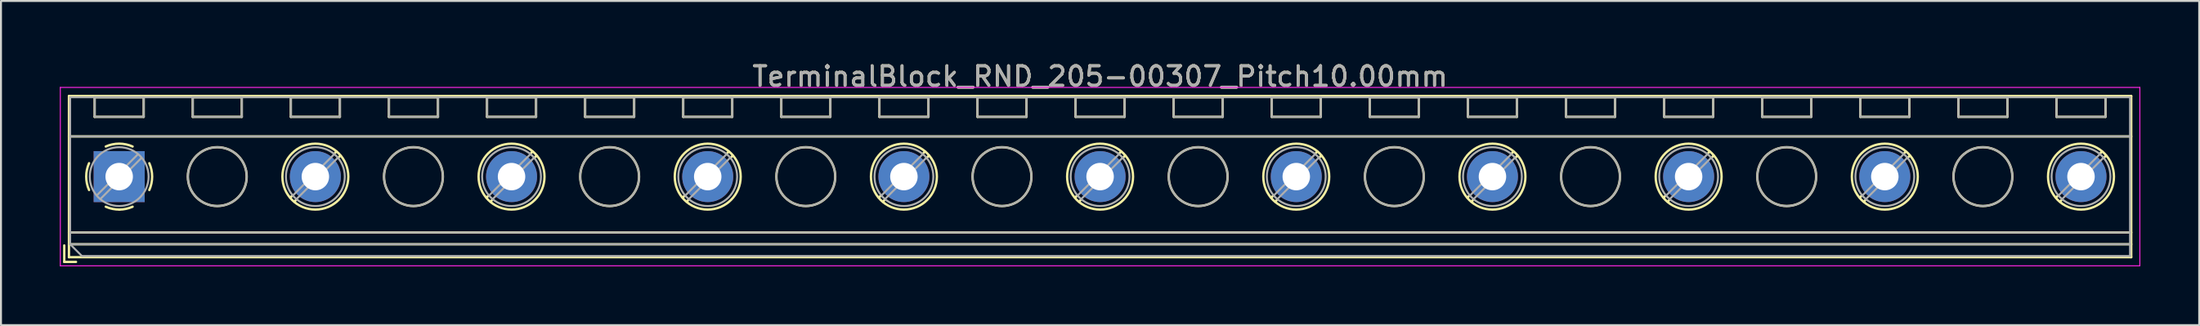
<source format=kicad_pcb>
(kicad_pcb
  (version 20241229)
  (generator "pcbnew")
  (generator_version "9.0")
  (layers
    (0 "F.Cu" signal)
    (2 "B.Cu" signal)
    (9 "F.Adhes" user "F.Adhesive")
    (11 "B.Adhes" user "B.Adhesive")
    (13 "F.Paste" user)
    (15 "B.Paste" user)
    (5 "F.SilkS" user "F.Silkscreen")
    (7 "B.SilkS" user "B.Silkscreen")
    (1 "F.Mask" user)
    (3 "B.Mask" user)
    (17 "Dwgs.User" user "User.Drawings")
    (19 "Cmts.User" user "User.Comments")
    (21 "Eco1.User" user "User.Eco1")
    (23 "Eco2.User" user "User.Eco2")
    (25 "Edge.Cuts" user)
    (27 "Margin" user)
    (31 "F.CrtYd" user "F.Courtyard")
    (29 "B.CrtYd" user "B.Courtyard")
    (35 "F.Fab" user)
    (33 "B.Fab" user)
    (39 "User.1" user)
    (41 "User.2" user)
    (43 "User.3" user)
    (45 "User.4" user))
  (footprint "TerminalBlock_RND_205-00307_Pitch10.00mm"
    (layer "F.Cu")
    (at 3.025 5.958)
    (property "Reference" "TerminalBlock_RND_205-00307_Pitch10.00mm" (at 50 -5.11 0) (layer "F.SilkS") (effects (font (size 1 1) (thickness 0.15))))
    (attr through_hole)
    (fp_line (start -2.8 3.51) (end -2.8 4.35) (stroke (width 0.12) (type solid)) (layer "F.SilkS"))
    (fp_line (start -2.8 4.35) (end -2.2 4.35) (stroke (width 0.12) (type solid)) (layer "F.SilkS"))
    (fp_line (start -2.56 -4.11) (end -2.56 4.11) (stroke (width 0.12) (type solid)) (layer "F.SilkS"))
    (fp_line (start -2.56 -2.05) (end 102.56 -2.05) (stroke (width 0.12) (type solid)) (layer "F.SilkS"))
    (fp_line (start -2.56 2.85) (end 102.56 2.85) (stroke (width 0.12) (type solid)) (layer "F.SilkS"))
    (fp_line (start -2.56 3.45) (end 102.56 3.45) (stroke (width 0.12) (type solid)) (layer "F.SilkS"))
    (fp_line (start -2.56 4.11) (end 102.56 4.11) (stroke (width 0.12) (type solid)) (layer "F.SilkS"))
    (fp_line (start -1.25 -4.05) (end -1.25 -3.05) (stroke (width 0.12) (type solid)) (layer "F.SilkS"))
    (fp_line (start -1.25 -4.05) (end 1.25 -4.05) (stroke (width 0.12) (type solid)) (layer "F.SilkS"))
    (fp_line (start -1.25 -3.05) (end 1.25 -3.05) (stroke (width 0.12) (type solid)) (layer "F.SilkS"))
    (fp_line (start 1.25 -4.05) (end 1.25 -3.05) (stroke (width 0.12) (type solid)) (layer "F.SilkS"))
    (fp_line (start 3.75 -4.05) (end 3.75 -3.05) (stroke (width 0.12) (type solid)) (layer "F.SilkS"))
    (fp_line (start 3.75 -4.05) (end 6.25 -4.05) (stroke (width 0.12) (type solid)) (layer "F.SilkS"))
    (fp_line (start 3.75 -3.05) (end 6.25 -3.05) (stroke (width 0.12) (type solid)) (layer "F.SilkS"))
    (fp_line (start 6.25 -4.05) (end 6.25 -3.05) (stroke (width 0.12) (type solid)) (layer "F.SilkS"))
    (fp_line (start 8.75 -4.05) (end 8.75 -3.05) (stroke (width 0.12) (type solid)) (layer "F.SilkS"))
    (fp_line (start 8.75 -4.05) (end 11.25 -4.05) (stroke (width 0.12) (type solid)) (layer "F.SilkS"))
    (fp_line (start 8.75 -3.05) (end 11.25 -3.05) (stroke (width 0.12) (type solid)) (layer "F.SilkS"))
    (fp_line (start 8.82 0.976) (end 8.726 1.069) (stroke (width 0.12) (type solid)) (layer "F.SilkS"))
    (fp_line (start 9.002 1.204) (end 8.931 1.274) (stroke (width 0.12) (type solid)) (layer "F.SilkS"))
    (fp_line (start 11.07 -1.275) (end 10.999 -1.204) (stroke (width 0.12) (type solid)) (layer "F.SilkS"))
    (fp_line (start 11.25 -4.05) (end 11.25 -3.05) (stroke (width 0.12) (type solid)) (layer "F.SilkS"))
    (fp_line (start 11.275 -1.069) (end 11.181 -0.976) (stroke (width 0.12) (type solid)) (layer "F.SilkS"))
    (fp_line (start 13.75 -4.05) (end 13.75 -3.05) (stroke (width 0.12) (type solid)) (layer "F.SilkS"))
    (fp_line (start 13.75 -4.05) (end 16.25 -4.05) (stroke (width 0.12) (type solid)) (layer "F.SilkS"))
    (fp_line (start 13.75 -3.05) (end 16.25 -3.05) (stroke (width 0.12) (type solid)) (layer "F.SilkS"))
    (fp_line (start 16.25 -4.05) (end 16.25 -3.05) (stroke (width 0.12) (type solid)) (layer "F.SilkS"))
    (fp_line (start 18.75 -4.05) (end 18.75 -3.05) (stroke (width 0.12) (type solid)) (layer "F.SilkS"))
    (fp_line (start 18.75 -4.05) (end 21.25 -4.05) (stroke (width 0.12) (type solid)) (layer "F.SilkS"))
    (fp_line (start 18.75 -3.05) (end 21.25 -3.05) (stroke (width 0.12) (type solid)) (layer "F.SilkS"))
    (fp_line (start 18.82 0.976) (end 18.726 1.069) (stroke (width 0.12) (type solid)) (layer "F.SilkS"))
    (fp_line (start 19.002 1.204) (end 18.931 1.274) (stroke (width 0.12) (type solid)) (layer "F.SilkS"))
    (fp_line (start 21.07 -1.275) (end 20.999 -1.204) (stroke (width 0.12) (type solid)) (layer "F.SilkS"))
    (fp_line (start 21.25 -4.05) (end 21.25 -3.05) (stroke (width 0.12) (type solid)) (layer "F.SilkS"))
    (fp_line (start 21.275 -1.069) (end 21.181 -0.976) (stroke (width 0.12) (type solid)) (layer "F.SilkS"))
    (fp_line (start 23.75 -4.05) (end 23.75 -3.05) (stroke (width 0.12) (type solid)) (layer "F.SilkS"))
    (fp_line (start 23.75 -4.05) (end 26.25 -4.05) (stroke (width 0.12) (type solid)) (layer "F.SilkS"))
    (fp_line (start 23.75 -3.05) (end 26.25 -3.05) (stroke (width 0.12) (type solid)) (layer "F.SilkS"))
    (fp_line (start 26.25 -4.05) (end 26.25 -3.05) (stroke (width 0.12) (type solid)) (layer "F.SilkS"))
    (fp_line (start 28.75 -4.05) (end 28.75 -3.05) (stroke (width 0.12) (type solid)) (layer "F.SilkS"))
    (fp_line (start 28.75 -4.05) (end 31.25 -4.05) (stroke (width 0.12) (type solid)) (layer "F.SilkS"))
    (fp_line (start 28.75 -3.05) (end 31.25 -3.05) (stroke (width 0.12) (type solid)) (layer "F.SilkS"))
    (fp_line (start 28.82 0.976) (end 28.726 1.069) (stroke (width 0.12) (type solid)) (layer "F.SilkS"))
    (fp_line (start 29.002 1.204) (end 28.931 1.274) (stroke (width 0.12) (type solid)) (layer "F.SilkS"))
    (fp_line (start 31.07 -1.275) (end 30.999 -1.204) (stroke (width 0.12) (type solid)) (layer "F.SilkS"))
    (fp_line (start 31.25 -4.05) (end 31.25 -3.05) (stroke (width 0.12) (type solid)) (layer "F.SilkS"))
    (fp_line (start 31.275 -1.069) (end 31.181 -0.976) (stroke (width 0.12) (type solid)) (layer "F.SilkS"))
    (fp_line (start 33.75 -4.05) (end 33.75 -3.05) (stroke (width 0.12) (type solid)) (layer "F.SilkS"))
    (fp_line (start 33.75 -4.05) (end 36.25 -4.05) (stroke (width 0.12) (type solid)) (layer "F.SilkS"))
    (fp_line (start 33.75 -3.05) (end 36.25 -3.05) (stroke (width 0.12) (type solid)) (layer "F.SilkS"))
    (fp_line (start 36.25 -4.05) (end 36.25 -3.05) (stroke (width 0.12) (type solid)) (layer "F.SilkS"))
    (fp_line (start 38.75 -4.05) (end 38.75 -3.05) (stroke (width 0.12) (type solid)) (layer "F.SilkS"))
    (fp_line (start 38.75 -4.05) (end 41.25 -4.05) (stroke (width 0.12) (type solid)) (layer "F.SilkS"))
    (fp_line (start 38.75 -3.05) (end 41.25 -3.05) (stroke (width 0.12) (type solid)) (layer "F.SilkS"))
    (fp_line (start 38.82 0.976) (end 38.726 1.069) (stroke (width 0.12) (type solid)) (layer "F.SilkS"))
    (fp_line (start 39.002 1.204) (end 38.931 1.274) (stroke (width 0.12) (type solid)) (layer "F.SilkS"))
    (fp_line (start 41.07 -1.275) (end 40.999 -1.204) (stroke (width 0.12) (type solid)) (layer "F.SilkS"))
    (fp_line (start 41.25 -4.05) (end 41.25 -3.05) (stroke (width 0.12) (type solid)) (layer "F.SilkS"))
    (fp_line (start 41.275 -1.069) (end 41.181 -0.976) (stroke (width 0.12) (type solid)) (layer "F.SilkS"))
    (fp_line (start 43.75 -4.05) (end 43.75 -3.05) (stroke (width 0.12) (type solid)) (layer "F.SilkS"))
    (fp_line (start 43.75 -4.05) (end 46.25 -4.05) (stroke (width 0.12) (type solid)) (layer "F.SilkS"))
    (fp_line (start 43.75 -3.05) (end 46.25 -3.05) (stroke (width 0.12) (type solid)) (layer "F.SilkS"))
    (fp_line (start 46.25 -4.05) (end 46.25 -3.05) (stroke (width 0.12) (type solid)) (layer "F.SilkS"))
    (fp_line (start 48.75 -4.05) (end 48.75 -3.05) (stroke (width 0.12) (type solid)) (layer "F.SilkS"))
    (fp_line (start 48.75 -4.05) (end 51.25 -4.05) (stroke (width 0.12) (type solid)) (layer "F.SilkS"))
    (fp_line (start 48.75 -3.05) (end 51.25 -3.05) (stroke (width 0.12) (type solid)) (layer "F.SilkS"))
    (fp_line (start 48.82 0.976) (end 48.726 1.069) (stroke (width 0.12) (type solid)) (layer "F.SilkS"))
    (fp_line (start 49.002 1.204) (end 48.931 1.274) (stroke (width 0.12) (type solid)) (layer "F.SilkS"))
    (fp_line (start 51.07 -1.275) (end 50.999 -1.204) (stroke (width 0.12) (type solid)) (layer "F.SilkS"))
    (fp_line (start 51.25 -4.05) (end 51.25 -3.05) (stroke (width 0.12) (type solid)) (layer "F.SilkS"))
    (fp_line (start 51.275 -1.069) (end 51.181 -0.976) (stroke (width 0.12) (type solid)) (layer "F.SilkS"))
    (fp_line (start 53.75 -4.05) (end 53.75 -3.05) (stroke (width 0.12) (type solid)) (layer "F.SilkS"))
    (fp_line (start 53.75 -4.05) (end 56.25 -4.05) (stroke (width 0.12) (type solid)) (layer "F.SilkS"))
    (fp_line (start 53.75 -3.05) (end 56.25 -3.05) (stroke (width 0.12) (type solid)) (layer "F.SilkS"))
    (fp_line (start 56.25 -4.05) (end 56.25 -3.05) (stroke (width 0.12) (type solid)) (layer "F.SilkS"))
    (fp_line (start 58.75 -4.05) (end 58.75 -3.05) (stroke (width 0.12) (type solid)) (layer "F.SilkS"))
    (fp_line (start 58.75 -4.05) (end 61.25 -4.05) (stroke (width 0.12) (type solid)) (layer "F.SilkS"))
    (fp_line (start 58.75 -3.05) (end 61.25 -3.05) (stroke (width 0.12) (type solid)) (layer "F.SilkS"))
    (fp_line (start 58.82 0.976) (end 58.726 1.069) (stroke (width 0.12) (type solid)) (layer "F.SilkS"))
    (fp_line (start 59.002 1.204) (end 58.931 1.274) (stroke (width 0.12) (type solid)) (layer "F.SilkS"))
    (fp_line (start 61.07 -1.275) (end 60.999 -1.204) (stroke (width 0.12) (type solid)) (layer "F.SilkS"))
    (fp_line (start 61.25 -4.05) (end 61.25 -3.05) (stroke (width 0.12) (type solid)) (layer "F.SilkS"))
    (fp_line (start 61.275 -1.069) (end 61.181 -0.976) (stroke (width 0.12) (type solid)) (layer "F.SilkS"))
    (fp_line (start 63.75 -4.05) (end 63.75 -3.05) (stroke (width 0.12) (type solid)) (layer "F.SilkS"))
    (fp_line (start 63.75 -4.05) (end 66.25 -4.05) (stroke (width 0.12) (type solid)) (layer "F.SilkS"))
    (fp_line (start 63.75 -3.05) (end 66.25 -3.05) (stroke (width 0.12) (type solid)) (layer "F.SilkS"))
    (fp_line (start 66.25 -4.05) (end 66.25 -3.05) (stroke (width 0.12) (type solid)) (layer "F.SilkS"))
    (fp_line (start 68.75 -4.05) (end 68.75 -3.05) (stroke (width 0.12) (type solid)) (layer "F.SilkS"))
    (fp_line (start 68.75 -4.05) (end 71.25 -4.05) (stroke (width 0.12) (type solid)) (layer "F.SilkS"))
    (fp_line (start 68.75 -3.05) (end 71.25 -3.05) (stroke (width 0.12) (type solid)) (layer "F.SilkS"))
    (fp_line (start 68.82 0.976) (end 68.726 1.069) (stroke (width 0.12) (type solid)) (layer "F.SilkS"))
    (fp_line (start 69.002 1.204) (end 68.931 1.274) (stroke (width 0.12) (type solid)) (layer "F.SilkS"))
    (fp_line (start 71.07 -1.275) (end 70.999 -1.204) (stroke (width 0.12) (type solid)) (layer "F.SilkS"))
    (fp_line (start 71.25 -4.05) (end 71.25 -3.05) (stroke (width 0.12) (type solid)) (layer "F.SilkS"))
    (fp_line (start 71.275 -1.069) (end 71.181 -0.976) (stroke (width 0.12) (type solid)) (layer "F.SilkS"))
    (fp_line (start 73.75 -4.05) (end 73.75 -3.05) (stroke (width 0.12) (type solid)) (layer "F.SilkS"))
    (fp_line (start 73.75 -4.05) (end 76.25 -4.05) (stroke (width 0.12) (type solid)) (layer "F.SilkS"))
    (fp_line (start 73.75 -3.05) (end 76.25 -3.05) (stroke (width 0.12) (type solid)) (layer "F.SilkS"))
    (fp_line (start 76.25 -4.05) (end 76.25 -3.05) (stroke (width 0.12) (type solid)) (layer "F.SilkS"))
    (fp_line (start 78.75 -4.05) (end 78.75 -3.05) (stroke (width 0.12) (type solid)) (layer "F.SilkS"))
    (fp_line (start 78.75 -4.05) (end 81.25 -4.05) (stroke (width 0.12) (type solid)) (layer "F.SilkS"))
    (fp_line (start 78.75 -3.05) (end 81.25 -3.05) (stroke (width 0.12) (type solid)) (layer "F.SilkS"))
    (fp_line (start 78.82 0.976) (end 78.726 1.069) (stroke (width 0.12) (type solid)) (layer "F.SilkS"))
    (fp_line (start 79.002 1.204) (end 78.931 1.274) (stroke (width 0.12) (type solid)) (layer "F.SilkS"))
    (fp_line (start 81.07 -1.275) (end 80.999 -1.204) (stroke (width 0.12) (type solid)) (layer "F.SilkS"))
    (fp_line (start 81.25 -4.05) (end 81.25 -3.05) (stroke (width 0.12) (type solid)) (layer "F.SilkS"))
    (fp_line (start 81.275 -1.069) (end 81.181 -0.976) (stroke (width 0.12) (type solid)) (layer "F.SilkS"))
    (fp_line (start 83.75 -4.05) (end 83.75 -3.05) (stroke (width 0.12) (type solid)) (layer "F.SilkS"))
    (fp_line (start 83.75 -4.05) (end 86.25 -4.05) (stroke (width 0.12) (type solid)) (layer "F.SilkS"))
    (fp_line (start 83.75 -3.05) (end 86.25 -3.05) (stroke (width 0.12) (type solid)) (layer "F.SilkS"))
    (fp_line (start 86.25 -4.05) (end 86.25 -3.05) (stroke (width 0.12) (type solid)) (layer "F.SilkS"))
    (fp_line (start 88.75 -4.05) (end 88.75 -3.05) (stroke (width 0.12) (type solid)) (layer "F.SilkS"))
    (fp_line (start 88.75 -4.05) (end 91.25 -4.05) (stroke (width 0.12) (type solid)) (layer "F.SilkS"))
    (fp_line (start 88.75 -3.05) (end 91.25 -3.05) (stroke (width 0.12) (type solid)) (layer "F.SilkS"))
    (fp_line (start 88.82 0.976) (end 88.726 1.069) (stroke (width 0.12) (type solid)) (layer "F.SilkS"))
    (fp_line (start 89.002 1.204) (end 88.931 1.274) (stroke (width 0.12) (type solid)) (layer "F.SilkS"))
    (fp_line (start 91.07 -1.275) (end 90.999 -1.204) (stroke (width 0.12) (type solid)) (layer "F.SilkS"))
    (fp_line (start 91.25 -4.05) (end 91.25 -3.05) (stroke (width 0.12) (type solid)) (layer "F.SilkS"))
    (fp_line (start 91.275 -1.069) (end 91.181 -0.976) (stroke (width 0.12) (type solid)) (layer "F.SilkS"))
    (fp_line (start 93.75 -4.05) (end 93.75 -3.05) (stroke (width 0.12) (type solid)) (layer "F.SilkS"))
    (fp_line (start 93.75 -4.05) (end 96.25 -4.05) (stroke (width 0.12) (type solid)) (layer "F.SilkS"))
    (fp_line (start 93.75 -3.05) (end 96.25 -3.05) (stroke (width 0.12) (type solid)) (layer "F.SilkS"))
    (fp_line (start 96.25 -4.05) (end 96.25 -3.05) (stroke (width 0.12) (type solid)) (layer "F.SilkS"))
    (fp_line (start 98.75 -4.05) (end 98.75 -3.05) (stroke (width 0.12) (type solid)) (layer "F.SilkS"))
    (fp_line (start 98.75 -4.05) (end 101.25 -4.05) (stroke (width 0.12) (type solid)) (layer "F.SilkS"))
    (fp_line (start 98.75 -3.05) (end 101.25 -3.05) (stroke (width 0.12) (type solid)) (layer "F.SilkS"))
    (fp_line (start 98.82 0.976) (end 98.726 1.069) (stroke (width 0.12) (type solid)) (layer "F.SilkS"))
    (fp_line (start 99.002 1.204) (end 98.931 1.274) (stroke (width 0.12) (type solid)) (layer "F.SilkS"))
    (fp_line (start 101.07 -1.275) (end 100.999 -1.204) (stroke (width 0.12) (type solid)) (layer "F.SilkS"))
    (fp_line (start 101.25 -4.05) (end 101.25 -3.05) (stroke (width 0.12) (type solid)) (layer "F.SilkS"))
    (fp_line (start 101.275 -1.069) (end 101.181 -0.976) (stroke (width 0.12) (type solid)) (layer "F.SilkS"))
    (fp_line (start 102.56 -4.11) (end -2.56 -4.11) (stroke (width 0.12) (type solid)) (layer "F.SilkS"))
    (fp_line (start 102.56 4.11) (end 102.56 -4.11) (stroke (width 0.12) (type solid)) (layer "F.SilkS"))
    (fp_arc (start -1.535427 0.683042) (mid -1.680501 -0.000524) (end -1.535 -0.684) (stroke (width 0.12) (type solid)) (layer "F.SilkS"))
    (fp_arc (start -0.683042 -1.535427) (mid 0.000524 -1.680501) (end 0.684 -1.535) (stroke (width 0.12) (type solid)) (layer "F.SilkS"))
    (fp_arc (start 0.028805 1.680253) (mid -0.335551 1.646659) (end -0.684 1.535) (stroke (width 0.12) (type solid)) (layer "F.SilkS"))
    (fp_arc (start 0.683318 1.534756) (mid 0.349292 1.643288) (end 0 1.68) (stroke (width 0.12) (type solid)) (layer "F.SilkS"))
    (fp_arc (start 1.535427 -0.683042) (mid 1.680501 0.000524) (end 1.535 0.684) (stroke (width 0.12) (type solid)) (layer "F.SilkS"))
    (fp_circle (center 5 0) (end 6.5 0) (stroke (width 0.12) (type solid)) (fill no) (layer "F.SilkS"))
    (fp_circle (center 10 0) (end 11.68 0) (stroke (width 0.12) (type solid)) (fill no) (layer "F.SilkS"))
    (fp_circle (center 15 0) (end 16.5 0) (stroke (width 0.12) (type solid)) (fill no) (layer "F.SilkS"))
    (fp_circle (center 20 0) (end 21.68 0) (stroke (width 0.12) (type solid)) (fill no) (layer "F.SilkS"))
    (fp_circle (center 25 0) (end 26.5 0) (stroke (width 0.12) (type solid)) (fill no) (layer "F.SilkS"))
    (fp_circle (center 30 0) (end 31.68 0) (stroke (width 0.12) (type solid)) (fill no) (layer "F.SilkS"))
    (fp_circle (center 35 0) (end 36.5 0) (stroke (width 0.12) (type solid)) (fill no) (layer "F.SilkS"))
    (fp_circle (center 40 0) (end 41.68 0) (stroke (width 0.12) (type solid)) (fill no) (layer "F.SilkS"))
    (fp_circle (center 45 0) (end 46.5 0) (stroke (width 0.12) (type solid)) (fill no) (layer "F.SilkS"))
    (fp_circle (center 50 0) (end 51.68 0) (stroke (width 0.12) (type solid)) (fill no) (layer "F.SilkS"))
    (fp_circle (center 55 0) (end 56.5 0) (stroke (width 0.12) (type solid)) (fill no) (layer "F.SilkS"))
    (fp_circle (center 60 0) (end 61.68 0) (stroke (width 0.12) (type solid)) (fill no) (layer "F.SilkS"))
    (fp_circle (center 65 0) (end 66.5 0) (stroke (width 0.12) (type solid)) (fill no) (layer "F.SilkS"))
    (fp_circle (center 70 0) (end 71.68 0) (stroke (width 0.12) (type solid)) (fill no) (layer "F.SilkS"))
    (fp_circle (center 75 0) (end 76.5 0) (stroke (width 0.12) (type solid)) (fill no) (layer "F.SilkS"))
    (fp_circle (center 80 0) (end 81.68 0) (stroke (width 0.12) (type solid)) (fill no) (layer "F.SilkS"))
    (fp_circle (center 85 0) (end 86.5 0) (stroke (width 0.12) (type solid)) (fill no) (layer "F.SilkS"))
    (fp_circle (center 90 0) (end 91.68 0) (stroke (width 0.12) (type solid)) (fill no) (layer "F.SilkS"))
    (fp_circle (center 95 0) (end 96.5 0) (stroke (width 0.12) (type solid)) (fill no) (layer "F.SilkS"))
    (fp_circle (center 100 0) (end 101.68 0) (stroke (width 0.12) (type solid)) (fill no) (layer "F.SilkS"))
    (fp_line (start -3 -4.55) (end -3 4.55) (stroke (width 0.05) (type solid)) (layer "F.CrtYd"))
    (fp_line (start -3 4.55) (end 103 4.55) (stroke (width 0.05) (type solid)) (layer "F.CrtYd"))
    (fp_line (start 103 -4.55) (end -3 -4.55) (stroke (width 0.05) (type solid)) (layer "F.CrtYd"))
    (fp_line (start 103 4.55) (end 103 -4.55) (stroke (width 0.05) (type solid)) (layer "F.CrtYd"))
    (fp_line (start -2.5 -4.05) (end 102.5 -4.05) (stroke (width 0.1) (type solid)) (layer "F.Fab"))
    (fp_line (start -2.5 -2.05) (end 102.5 -2.05) (stroke (width 0.1) (type solid)) (layer "F.Fab"))
    (fp_line (start -2.5 2.85) (end 102.5 2.85) (stroke (width 0.1) (type solid)) (layer "F.Fab"))
    (fp_line (start -2.5 3.45) (end -2.5 -4.05) (stroke (width 0.1) (type solid)) (layer "F.Fab"))
    (fp_line (start -2.5 3.45) (end 102.5 3.45) (stroke (width 0.1) (type solid)) (layer "F.Fab"))
    (fp_line (start -1.9 4.05) (end -2.5 3.45) (stroke (width 0.1) (type solid)) (layer "F.Fab"))
    (fp_line (start -1.25 -4.05) (end -1.25 -3.05) (stroke (width 0.1) (type solid)) (layer "F.Fab"))
    (fp_line (start -1.25 -3.05) (end 1.25 -3.05) (stroke (width 0.1) (type solid)) (layer "F.Fab"))
    (fp_line (start 0.955 -1.138) (end -1.138 0.955) (stroke (width 0.1) (type solid)) (layer "F.Fab"))
    (fp_line (start 1.138 -0.955) (end -0.955 1.138) (stroke (width 0.1) (type solid)) (layer "F.Fab"))
    (fp_line (start 1.25 -4.05) (end -1.25 -4.05) (stroke (width 0.1) (type solid)) (layer "F.Fab"))
    (fp_line (start 1.25 -3.05) (end 1.25 -4.05) (stroke (width 0.1) (type solid)) (layer "F.Fab"))
    (fp_line (start 3.75 -4.05) (end 3.75 -3.05) (stroke (width 0.1) (type solid)) (layer "F.Fab"))
    (fp_line (start 3.75 -3.05) (end 6.25 -3.05) (stroke (width 0.1) (type solid)) (layer "F.Fab"))
    (fp_line (start 6.25 -4.05) (end 3.75 -4.05) (stroke (width 0.1) (type solid)) (layer "F.Fab"))
    (fp_line (start 6.25 -3.05) (end 6.25 -4.05) (stroke (width 0.1) (type solid)) (layer "F.Fab"))
    (fp_line (start 8.75 -4.05) (end 8.75 -3.05) (stroke (width 0.1) (type solid)) (layer "F.Fab"))
    (fp_line (start 8.75 -3.05) (end 11.25 -3.05) (stroke (width 0.1) (type solid)) (layer "F.Fab"))
    (fp_line (start 10.955 -1.138) (end 8.863 0.955) (stroke (width 0.1) (type solid)) (layer "F.Fab"))
    (fp_line (start 11.138 -0.955) (end 9.046 1.138) (stroke (width 0.1) (type solid)) (layer "F.Fab"))
    (fp_line (start 11.25 -4.05) (end 8.75 -4.05) (stroke (width 0.1) (type solid)) (layer "F.Fab"))
    (fp_line (start 11.25 -3.05) (end 11.25 -4.05) (stroke (width 0.1) (type solid)) (layer "F.Fab"))
    (fp_line (start 13.75 -4.05) (end 13.75 -3.05) (stroke (width 0.1) (type solid)) (layer "F.Fab"))
    (fp_line (start 13.75 -3.05) (end 16.25 -3.05) (stroke (width 0.1) (type solid)) (layer "F.Fab"))
    (fp_line (start 16.25 -4.05) (end 13.75 -4.05) (stroke (width 0.1) (type solid)) (layer "F.Fab"))
    (fp_line (start 16.25 -3.05) (end 16.25 -4.05) (stroke (width 0.1) (type solid)) (layer "F.Fab"))
    (fp_line (start 18.75 -4.05) (end 18.75 -3.05) (stroke (width 0.1) (type solid)) (layer "F.Fab"))
    (fp_line (start 18.75 -3.05) (end 21.25 -3.05) (stroke (width 0.1) (type solid)) (layer "F.Fab"))
    (fp_line (start 20.955 -1.138) (end 18.863 0.955) (stroke (width 0.1) (type solid)) (layer "F.Fab"))
    (fp_line (start 21.138 -0.955) (end 19.046 1.138) (stroke (width 0.1) (type solid)) (layer "F.Fab"))
    (fp_line (start 21.25 -4.05) (end 18.75 -4.05) (stroke (width 0.1) (type solid)) (layer "F.Fab"))
    (fp_line (start 21.25 -3.05) (end 21.25 -4.05) (stroke (width 0.1) (type solid)) (layer "F.Fab"))
    (fp_line (start 23.75 -4.05) (end 23.75 -3.05) (stroke (width 0.1) (type solid)) (layer "F.Fab"))
    (fp_line (start 23.75 -3.05) (end 26.25 -3.05) (stroke (width 0.1) (type solid)) (layer "F.Fab"))
    (fp_line (start 26.25 -4.05) (end 23.75 -4.05) (stroke (width 0.1) (type solid)) (layer "F.Fab"))
    (fp_line (start 26.25 -3.05) (end 26.25 -4.05) (stroke (width 0.1) (type solid)) (layer "F.Fab"))
    (fp_line (start 28.75 -4.05) (end 28.75 -3.05) (stroke (width 0.1) (type solid)) (layer "F.Fab"))
    (fp_line (start 28.75 -3.05) (end 31.25 -3.05) (stroke (width 0.1) (type solid)) (layer "F.Fab"))
    (fp_line (start 30.955 -1.138) (end 28.863 0.955) (stroke (width 0.1) (type solid)) (layer "F.Fab"))
    (fp_line (start 31.138 -0.955) (end 29.046 1.138) (stroke (width 0.1) (type solid)) (layer "F.Fab"))
    (fp_line (start 31.25 -4.05) (end 28.75 -4.05) (stroke (width 0.1) (type solid)) (layer "F.Fab"))
    (fp_line (start 31.25 -3.05) (end 31.25 -4.05) (stroke (width 0.1) (type solid)) (layer "F.Fab"))
    (fp_line (start 33.75 -4.05) (end 33.75 -3.05) (stroke (width 0.1) (type solid)) (layer "F.Fab"))
    (fp_line (start 33.75 -3.05) (end 36.25 -3.05) (stroke (width 0.1) (type solid)) (layer "F.Fab"))
    (fp_line (start 36.25 -4.05) (end 33.75 -4.05) (stroke (width 0.1) (type solid)) (layer "F.Fab"))
    (fp_line (start 36.25 -3.05) (end 36.25 -4.05) (stroke (width 0.1) (type solid)) (layer "F.Fab"))
    (fp_line (start 38.75 -4.05) (end 38.75 -3.05) (stroke (width 0.1) (type solid)) (layer "F.Fab"))
    (fp_line (start 38.75 -3.05) (end 41.25 -3.05) (stroke (width 0.1) (type solid)) (layer "F.Fab"))
    (fp_line (start 40.955 -1.138) (end 38.863 0.955) (stroke (width 0.1) (type solid)) (layer "F.Fab"))
    (fp_line (start 41.138 -0.955) (end 39.046 1.138) (stroke (width 0.1) (type solid)) (layer "F.Fab"))
    (fp_line (start 41.25 -4.05) (end 38.75 -4.05) (stroke (width 0.1) (type solid)) (layer "F.Fab"))
    (fp_line (start 41.25 -3.05) (end 41.25 -4.05) (stroke (width 0.1) (type solid)) (layer "F.Fab"))
    (fp_line (start 43.75 -4.05) (end 43.75 -3.05) (stroke (width 0.1) (type solid)) (layer "F.Fab"))
    (fp_line (start 43.75 -3.05) (end 46.25 -3.05) (stroke (width 0.1) (type solid)) (layer "F.Fab"))
    (fp_line (start 46.25 -4.05) (end 43.75 -4.05) (stroke (width 0.1) (type solid)) (layer "F.Fab"))
    (fp_line (start 46.25 -3.05) (end 46.25 -4.05) (stroke (width 0.1) (type solid)) (layer "F.Fab"))
    (fp_line (start 48.75 -4.05) (end 48.75 -3.05) (stroke (width 0.1) (type solid)) (layer "F.Fab"))
    (fp_line (start 48.75 -3.05) (end 51.25 -3.05) (stroke (width 0.1) (type solid)) (layer "F.Fab"))
    (fp_line (start 50.955 -1.138) (end 48.863 0.955) (stroke (width 0.1) (type solid)) (layer "F.Fab"))
    (fp_line (start 51.138 -0.955) (end 49.046 1.138) (stroke (width 0.1) (type solid)) (layer "F.Fab"))
    (fp_line (start 51.25 -4.05) (end 48.75 -4.05) (stroke (width 0.1) (type solid)) (layer "F.Fab"))
    (fp_line (start 51.25 -3.05) (end 51.25 -4.05) (stroke (width 0.1) (type solid)) (layer "F.Fab"))
    (fp_line (start 53.75 -4.05) (end 53.75 -3.05) (stroke (width 0.1) (type solid)) (layer "F.Fab"))
    (fp_line (start 53.75 -3.05) (end 56.25 -3.05) (stroke (width 0.1) (type solid)) (layer "F.Fab"))
    (fp_line (start 56.25 -4.05) (end 53.75 -4.05) (stroke (width 0.1) (type solid)) (layer "F.Fab"))
    (fp_line (start 56.25 -3.05) (end 56.25 -4.05) (stroke (width 0.1) (type solid)) (layer "F.Fab"))
    (fp_line (start 58.75 -4.05) (end 58.75 -3.05) (stroke (width 0.1) (type solid)) (layer "F.Fab"))
    (fp_line (start 58.75 -3.05) (end 61.25 -3.05) (stroke (width 0.1) (type solid)) (layer "F.Fab"))
    (fp_line (start 60.955 -1.138) (end 58.863 0.955) (stroke (width 0.1) (type solid)) (layer "F.Fab"))
    (fp_line (start 61.138 -0.955) (end 59.046 1.138) (stroke (width 0.1) (type solid)) (layer "F.Fab"))
    (fp_line (start 61.25 -4.05) (end 58.75 -4.05) (stroke (width 0.1) (type solid)) (layer "F.Fab"))
    (fp_line (start 61.25 -3.05) (end 61.25 -4.05) (stroke (width 0.1) (type solid)) (layer "F.Fab"))
    (fp_line (start 63.75 -4.05) (end 63.75 -3.05) (stroke (width 0.1) (type solid)) (layer "F.Fab"))
    (fp_line (start 63.75 -3.05) (end 66.25 -3.05) (stroke (width 0.1) (type solid)) (layer "F.Fab"))
    (fp_line (start 66.25 -4.05) (end 63.75 -4.05) (stroke (width 0.1) (type solid)) (layer "F.Fab"))
    (fp_line (start 66.25 -3.05) (end 66.25 -4.05) (stroke (width 0.1) (type solid)) (layer "F.Fab"))
    (fp_line (start 68.75 -4.05) (end 68.75 -3.05) (stroke (width 0.1) (type solid)) (layer "F.Fab"))
    (fp_line (start 68.75 -3.05) (end 71.25 -3.05) (stroke (width 0.1) (type solid)) (layer "F.Fab"))
    (fp_line (start 70.955 -1.138) (end 68.863 0.955) (stroke (width 0.1) (type solid)) (layer "F.Fab"))
    (fp_line (start 71.138 -0.955) (end 69.046 1.138) (stroke (width 0.1) (type solid)) (layer "F.Fab"))
    (fp_line (start 71.25 -4.05) (end 68.75 -4.05) (stroke (width 0.1) (type solid)) (layer "F.Fab"))
    (fp_line (start 71.25 -3.05) (end 71.25 -4.05) (stroke (width 0.1) (type solid)) (layer "F.Fab"))
    (fp_line (start 73.75 -4.05) (end 73.75 -3.05) (stroke (width 0.1) (type solid)) (layer "F.Fab"))
    (fp_line (start 73.75 -3.05) (end 76.25 -3.05) (stroke (width 0.1) (type solid)) (layer "F.Fab"))
    (fp_line (start 76.25 -4.05) (end 73.75 -4.05) (stroke (width 0.1) (type solid)) (layer "F.Fab"))
    (fp_line (start 76.25 -3.05) (end 76.25 -4.05) (stroke (width 0.1) (type solid)) (layer "F.Fab"))
    (fp_line (start 78.75 -4.05) (end 78.75 -3.05) (stroke (width 0.1) (type solid)) (layer "F.Fab"))
    (fp_line (start 78.75 -3.05) (end 81.25 -3.05) (stroke (width 0.1) (type solid)) (layer "F.Fab"))
    (fp_line (start 80.955 -1.138) (end 78.863 0.955) (stroke (width 0.1) (type solid)) (layer "F.Fab"))
    (fp_line (start 81.138 -0.955) (end 79.046 1.138) (stroke (width 0.1) (type solid)) (layer "F.Fab"))
    (fp_line (start 81.25 -4.05) (end 78.75 -4.05) (stroke (width 0.1) (type solid)) (layer "F.Fab"))
    (fp_line (start 81.25 -3.05) (end 81.25 -4.05) (stroke (width 0.1) (type solid)) (layer "F.Fab"))
    (fp_line (start 83.75 -4.05) (end 83.75 -3.05) (stroke (width 0.1) (type solid)) (layer "F.Fab"))
    (fp_line (start 83.75 -3.05) (end 86.25 -3.05) (stroke (width 0.1) (type solid)) (layer "F.Fab"))
    (fp_line (start 86.25 -4.05) (end 83.75 -4.05) (stroke (width 0.1) (type solid)) (layer "F.Fab"))
    (fp_line (start 86.25 -3.05) (end 86.25 -4.05) (stroke (width 0.1) (type solid)) (layer "F.Fab"))
    (fp_line (start 88.75 -4.05) (end 88.75 -3.05) (stroke (width 0.1) (type solid)) (layer "F.Fab"))
    (fp_line (start 88.75 -3.05) (end 91.25 -3.05) (stroke (width 0.1) (type solid)) (layer "F.Fab"))
    (fp_line (start 90.955 -1.138) (end 88.863 0.955) (stroke (width 0.1) (type solid)) (layer "F.Fab"))
    (fp_line (start 91.138 -0.955) (end 89.046 1.138) (stroke (width 0.1) (type solid)) (layer "F.Fab"))
    (fp_line (start 91.25 -4.05) (end 88.75 -4.05) (stroke (width 0.1) (type solid)) (layer "F.Fab"))
    (fp_line (start 91.25 -3.05) (end 91.25 -4.05) (stroke (width 0.1) (type solid)) (layer "F.Fab"))
    (fp_line (start 93.75 -4.05) (end 93.75 -3.05) (stroke (width 0.1) (type solid)) (layer "F.Fab"))
    (fp_line (start 93.75 -3.05) (end 96.25 -3.05) (stroke (width 0.1) (type solid)) (layer "F.Fab"))
    (fp_line (start 96.25 -4.05) (end 93.75 -4.05) (stroke (width 0.1) (type solid)) (layer "F.Fab"))
    (fp_line (start 96.25 -3.05) (end 96.25 -4.05) (stroke (width 0.1) (type solid)) (layer "F.Fab"))
    (fp_line (start 98.75 -4.05) (end 98.75 -3.05) (stroke (width 0.1) (type solid)) (layer "F.Fab"))
    (fp_line (start 98.75 -3.05) (end 101.25 -3.05) (stroke (width 0.1) (type solid)) (layer "F.Fab"))
    (fp_line (start 100.955 -1.138) (end 98.863 0.955) (stroke (width 0.1) (type solid)) (layer "F.Fab"))
    (fp_line (start 101.138 -0.955) (end 99.046 1.138) (stroke (width 0.1) (type solid)) (layer "F.Fab"))
    (fp_line (start 101.25 -4.05) (end 98.75 -4.05) (stroke (width 0.1) (type solid)) (layer "F.Fab"))
    (fp_line (start 101.25 -3.05) (end 101.25 -4.05) (stroke (width 0.1) (type solid)) (layer "F.Fab"))
    (fp_line (start 102.5 -4.05) (end 102.5 4.05) (stroke (width 0.1) (type solid)) (layer "F.Fab"))
    (fp_line (start 102.5 4.05) (end -1.9 4.05) (stroke (width 0.1) (type solid)) (layer "F.Fab"))
    (fp_circle (center 0 0) (end 1.5 0) (stroke (width 0.1) (type solid)) (fill no) (layer "F.Fab"))
    (fp_circle (center 5 0) (end 6.5 0) (stroke (width 0.1) (type solid)) (fill no) (layer "F.Fab"))
    (fp_circle (center 10 0) (end 11.5 0) (stroke (width 0.1) (type solid)) (fill no) (layer "F.Fab"))
    (fp_circle (center 15 0) (end 16.5 0) (stroke (width 0.1) (type solid)) (fill no) (layer "F.Fab"))
    (fp_circle (center 20 0) (end 21.5 0) (stroke (width 0.1) (type solid)) (fill no) (layer "F.Fab"))
    (fp_circle (center 25 0) (end 26.5 0) (stroke (width 0.1) (type solid)) (fill no) (layer "F.Fab"))
    (fp_circle (center 30 0) (end 31.5 0) (stroke (width 0.1) (type solid)) (fill no) (layer "F.Fab"))
    (fp_circle (center 35 0) (end 36.5 0) (stroke (width 0.1) (type solid)) (fill no) (layer "F.Fab"))
    (fp_circle (center 40 0) (end 41.5 0) (stroke (width 0.1) (type solid)) (fill no) (layer "F.Fab"))
    (fp_circle (center 45 0) (end 46.5 0) (stroke (width 0.1) (type solid)) (fill no) (layer "F.Fab"))
    (fp_circle (center 50 0) (end 51.5 0) (stroke (width 0.1) (type solid)) (fill no) (layer "F.Fab"))
    (fp_circle (center 55 0) (end 56.5 0) (stroke (width 0.1) (type solid)) (fill no) (layer "F.Fab"))
    (fp_circle (center 60 0) (end 61.5 0) (stroke (width 0.1) (type solid)) (fill no) (layer "F.Fab"))
    (fp_circle (center 65 0) (end 66.5 0) (stroke (width 0.1) (type solid)) (fill no) (layer "F.Fab"))
    (fp_circle (center 70 0) (end 71.5 0) (stroke (width 0.1) (type solid)) (fill no) (layer "F.Fab"))
    (fp_circle (center 75 0) (end 76.5 0) (stroke (width 0.1) (type solid)) (fill no) (layer "F.Fab"))
    (fp_circle (center 80 0) (end 81.5 0) (stroke (width 0.1) (type solid)) (fill no) (layer "F.Fab"))
    (fp_circle (center 85 0) (end 86.5 0) (stroke (width 0.1) (type solid)) (fill no) (layer "F.Fab"))
    (fp_circle (center 90 0) (end 91.5 0) (stroke (width 0.1) (type solid)) (fill no) (layer "F.Fab"))
    (fp_circle (center 95 0) (end 96.5 0) (stroke (width 0.1) (type solid)) (fill no) (layer "F.Fab"))
    (fp_circle (center 100 0) (end 101.5 0) (stroke (width 0.1) (type solid)) (fill no) (layer "F.Fab"))
    (fp_text user "${REFERENCE}" (at 50 -5.11 0) (layer "F.Fab") (effects (font (size 1 1) (thickness 0.15))))
    (pad "1" thru_hole rect (at 0 0) (size 2.6 2.6) (drill 1.4) (layers "*.Cu" "*.Mask"))
    (pad "2" thru_hole oval (at 10 0) (size 2.6 2.6) (drill 1.4) (layers "*.Cu" "*.Mask"))
    (pad "3" thru_hole oval (at 20 0) (size 2.6 2.6) (drill 1.4) (layers "*.Cu" "*.Mask"))
    (pad "4" thru_hole oval (at 30 0) (size 2.6 2.6) (drill 1.4) (layers "*.Cu" "*.Mask"))
    (pad "5" thru_hole oval (at 40 0) (size 2.6 2.6) (drill 1.4) (layers "*.Cu" "*.Mask"))
    (pad "6" thru_hole oval (at 50 0) (size 2.6 2.6) (drill 1.4) (layers "*.Cu" "*.Mask"))
    (pad "7" thru_hole oval (at 60 0) (size 2.6 2.6) (drill 1.4) (layers "*.Cu" "*.Mask"))
    (pad "8" thru_hole oval (at 70 0) (size 2.6 2.6) (drill 1.4) (layers "*.Cu" "*.Mask"))
    (pad "9" thru_hole oval (at 80 0) (size 2.6 2.6) (drill 1.4) (layers "*.Cu" "*.Mask"))
    (pad "10" thru_hole oval (at 90 0) (size 2.6 2.6) (drill 1.4) (layers "*.Cu" "*.Mask"))
    (pad "11" thru_hole oval (at 100 0) (size 2.6 2.6) (drill 1.4) (layers "*.Cu" "*.Mask")))
  (gr_rect
    (start -3 -3)
    (end 109.05 13.533)
    (stroke (width 0.1) (type default))
    (fill no)
    (layer "Edge.Cuts")))
</source>
